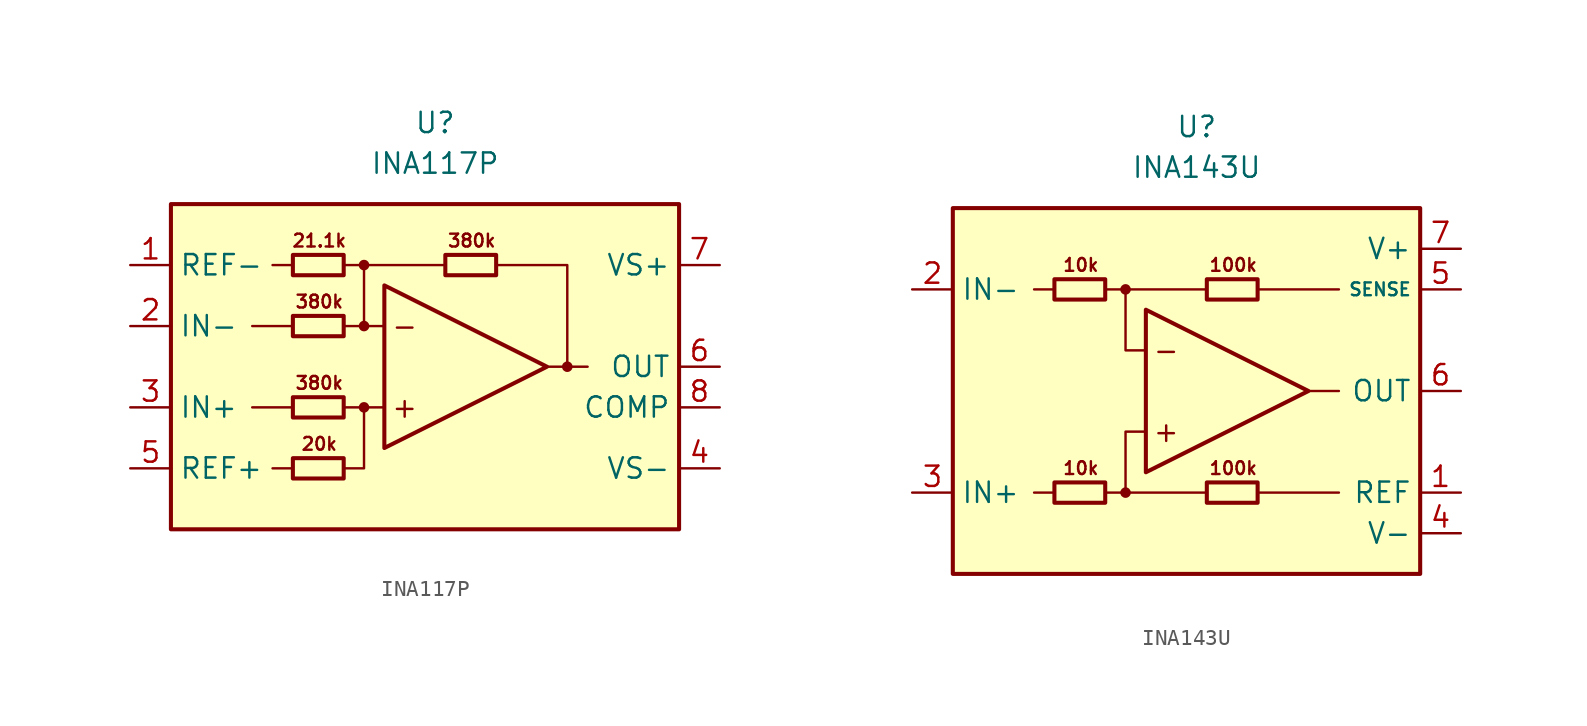
<source format=kicad_sym>
(kicad_symbol_lib
  (version 20211014)
  (generator kicad_symbol_editor)
  (symbol "INA117P"
    (property "Reference" "U"
      (at 0 15.24 0)
      (effects (font (size 1.27 1.27))))
    (property "Value" "INA117P"
      (at 0 12.7 0)
      (effects (font (size 1.27 1.27))))
    (symbol "INA117P_0_0"
      (rectangle (start -16.51 10.16) (end 15.24 -10.16) (stroke (width 0.254) (type default) (color 0 0 0 0)) (fill (type background)))
      (circle (center -4.445 -2.54) (radius 0.254) (stroke (width 0.152) (type default) (color 0 0 0 0)) (fill (type outline)))
      (circle (center -4.445 2.54) (radius 0.254) (stroke (width 0.152) (type default) (color 0 0 0 0)) (fill (type outline)))
      (circle (center -4.445 6.35) (radius 0.254) (stroke (width 0.152) (type default) (color 0 0 0 0)) (fill (type outline)))
      (polyline (pts (xy -8.89 -6.35) (xy -10.16 -6.35)) (stroke (width 0.152) (type default) (color 0 0 0 0)) (fill (type none)))
      (polyline (pts (xy -8.89 -2.54) (xy -11.43 -2.54)) (stroke (width 0.152) (type default) (color 0 0 0 0)) (fill (type none)))
      (polyline (pts (xy -8.89 2.54) (xy -11.43 2.54)) (stroke (width 0.152) (type default) (color 0 0 0 0)) (fill (type none)))
      (polyline (pts (xy -8.89 6.35) (xy -10.16 6.35)) (stroke (width 0.152) (type default) (color 0 0 0 0)) (fill (type none)))
      (polyline (pts (xy -5.715 6.35) (xy 0.635 6.35)) (stroke (width 0.152) (type default) (color 0 0 0 0)) (fill (type none)))
      (polyline (pts (xy -4.445 2.54) (xy -4.445 6.35)) (stroke (width 0.152) (type default) (color 0 0 0 0)) (fill (type none)))
      (polyline (pts (xy -3.175 -2.54) (xy -5.715 -2.54)) (stroke (width 0.152) (type default) (color 0 0 0 0)) (fill (type none)))
      (polyline (pts (xy -3.175 2.54) (xy -5.715 2.54)) (stroke (width 0.152) (type default) (color 0 0 0 0)) (fill (type none)))
      (polyline (pts (xy 8.255 0) (xy 9.525 0)) (stroke (width 0.152) (type default) (color 0 0 0 0)) (fill (type none)))
      (polyline (pts (xy -5.715 -6.35) (xy -4.445 -6.35) (xy -4.445 -2.54)) (stroke (width 0.152) (type default) (color 0 0 0 0)) (fill (type none)))
      (polyline (pts (xy 3.81 6.35) (xy 8.255 6.35) (xy 8.255 0) (xy 6.985 0)) (stroke (width 0.152) (type default) (color 0 0 0 0)) (fill (type none)))
      (circle (center 8.255 0) (radius 0.254) (stroke (width 0.152) (type default) (color 0 0 0 0)) (fill (type outline)))
      (text "+" (at -1.905 -2.54 0) (effects (font (size 1.27 1.27))))
      (text "-" (at -1.905 2.54 0) (effects (font (size 1.27 1.27))))
      (text "20k" (at -7.239 -4.826 0) (effects (font (size 0.8 0.8))))
      (text "21.1k" (at -7.239 7.874 0) (effects (font (size 0.8 0.8))))
      (text "380k" (at -7.239 -1.016 0) (effects (font (size 0.8 0.8))))
      (text "380k" (at -7.239 4.064 0) (effects (font (size 0.8 0.8))))
      (text "380k" (at 2.286 7.874 0) (effects (font (size 0.8 0.8)))))
    (symbol "INA117P_0_1"
      (rectangle (start -8.89 -5.715) (end -5.715 -6.985) (stroke (width 0.254) (type default) (color 0 0 0 0)) (fill (type none)))
      (rectangle (start -8.89 -1.905) (end -5.715 -3.175) (stroke (width 0.254) (type default) (color 0 0 0 0)) (fill (type none)))
      (rectangle (start -8.89 3.175) (end -5.715 1.905) (stroke (width 0.254) (type default) (color 0 0 0 0)) (fill (type none)))
      (rectangle (start -8.89 6.985) (end -5.715 5.715) (stroke (width 0.254) (type default) (color 0 0 0 0)) (fill (type none)))
      (polyline (pts (xy -3.175 5.08) (xy -3.175 -5.08) (xy 6.985 0) (xy -3.175 5.08)) (stroke (width 0.254) (type default) (color 0 0 0 0)) (fill (type none)))
      (rectangle (start 0.635 6.985) (end 3.81 5.715) (stroke (width 0.254) (type default) (color 0 0 0 0)) (fill (type none))))
    (symbol "INA117P_1_1"
      (pin input line (at -19.05 6.35 0) (length 2.54) (name "REF-" (effects (font (size 1.27 1.27)))) (number "1" (effects (font (size 1.27 1.27)))))
      (pin input line (at -19.05 2.54 0) (length 2.54) (name "IN-" (effects (font (size 1.27 1.27)))) (number "2" (effects (font (size 1.27 1.27)))))
      (pin input line (at -19.05 -2.54 0) (length 2.54) (name "IN+" (effects (font (size 1.27 1.27)))) (number "3" (effects (font (size 1.27 1.27)))))
      (pin power_in line (at 17.78 -6.35 180) (length 2.54) (name "VS-" (effects (font (size 1.27 1.27)))) (number "4" (effects (font (size 1.27 1.27)))))
      (pin input line (at -19.05 -6.35 0) (length 2.54) (name "REF+" (effects (font (size 1.27 1.27)))) (number "5" (effects (font (size 1.27 1.27)))))
      (pin output line (at 17.78 0 180) (length 2.54) (name "OUT" (effects (font (size 1.27 1.27)))) (number "6" (effects (font (size 1.27 1.27)))))
      (pin power_in line (at 17.78 6.35 180) (length 2.54) (name "VS+" (effects (font (size 1.27 1.27)))) (number "7" (effects (font (size 1.27 1.27)))))
      (pin passive line (at 17.78 -2.54 180) (length 2.54) (name "COMP" (effects (font (size 1.27 1.27)))) (number "8" (effects (font (size 1.27 1.27)))))))
  (symbol "INA143U"
    (property "Reference" "U"
      (at 0 16.51 0)
      (effects (font (size 1.27 1.27))))
    (property "Value" "INA143U"
      (at 0 13.97 0)
      (effects (font (size 1.27 1.27))))
    (symbol "INA143U_0_0"
      (rectangle (start -15.24 11.43) (end 13.97 -11.43) (stroke (width 0.254) (type default) (color 0 0 0 0)) (fill (type background)))
      (circle (center -4.445 -6.35) (radius 0.254) (stroke (width 0.152) (type default) (color 0 0 0 0)) (fill (type outline)))
      (circle (center -4.445 6.35) (radius 0.254) (stroke (width 0.152) (type default) (color 0 0 0 0)) (fill (type outline)))
      (polyline (pts (xy -8.89 -6.35) (xy -10.16 -6.35)) (stroke (width 0.152) (type default) (color 0 0 0 0)) (fill (type none)))
      (polyline (pts (xy -8.89 6.35) (xy -10.16 6.35)) (stroke (width 0.152) (type default) (color 0 0 0 0)) (fill (type none)))
      (polyline (pts (xy -4.445 6.35) (xy 0.635 6.35)) (stroke (width 0.152) (type default) (color 0 0 0 0)) (fill (type none)))
      (polyline (pts (xy 0.635 -6.35) (xy -4.445 -6.35)) (stroke (width 0.152) (type default) (color 0 0 0 0)) (fill (type none)))
      (polyline (pts (xy 3.81 -6.35) (xy 8.89 -6.35)) (stroke (width 0.152) (type default) (color 0 0 0 0)) (fill (type none)))
      (polyline (pts (xy 3.81 6.35) (xy 8.89 6.35)) (stroke (width 0.152) (type default) (color 0 0 0 0)) (fill (type none)))
      (polyline (pts (xy 8.89 0) (xy 6.985 0)) (stroke (width 0.152) (type default) (color 0 0 0 0)) (fill (type none)))
      (polyline (pts (xy -5.715 -6.35) (xy -4.445 -6.35) (xy -4.445 -2.54) (xy -3.175 -2.54)) (stroke (width 0.152) (type default) (color 0 0 0 0)) (fill (type none)))
      (polyline (pts (xy -3.175 2.54) (xy -4.445 2.54) (xy -4.445 6.35) (xy -5.715 6.35)) (stroke (width 0.152) (type default) (color 0 0 0 0)) (fill (type none)))
      (text "+" (at -1.905 -2.54 0) (effects (font (size 1.27 1.27))))
      (text "-" (at -1.905 2.54 0) (effects (font (size 1.27 1.27))))
      (text "100k" (at 2.286 -4.826 0) (effects (font (size 0.8 0.8))))
      (text "100k" (at 2.286 7.874 0) (effects (font (size 0.8 0.8))))
      (text "10k" (at -7.239 -4.826 0) (effects (font (size 0.8 0.8))))
      (text "10k" (at -7.239 7.874 0) (effects (font (size 0.8 0.8)))))
    (symbol "INA143U_0_1"
      (rectangle (start -8.89 -5.715) (end -5.715 -6.985) (stroke (width 0.254) (type default) (color 0 0 0 0)) (fill (type none)))
      (rectangle (start -8.89 6.985) (end -5.715 5.715) (stroke (width 0.254) (type default) (color 0 0 0 0)) (fill (type none)))
      (polyline (pts (xy -3.175 5.08) (xy -3.175 -5.08) (xy 6.985 0) (xy -3.175 5.08)) (stroke (width 0.254) (type default) (color 0 0 0 0)) (fill (type none)))
      (rectangle (start 0.635 -5.715) (end 3.81 -6.985) (stroke (width 0.254) (type default) (color 0 0 0 0)) (fill (type none)))
      (rectangle (start 0.635 6.985) (end 3.81 5.715) (stroke (width 0.254) (type default) (color 0 0 0 0)) (fill (type none))))
    (symbol "INA143U_1_1"
      (pin input line (at 16.51 -6.35 180) (length 2.54) (name "REF" (effects (font (size 1.27 1.27)))) (number "1" (effects (font (size 1.27 1.27)))))
      (pin input line (at -17.78 6.35 0) (length 2.54) (name "IN-" (effects (font (size 1.27 1.27)))) (number "2" (effects (font (size 1.27 1.27)))))
      (pin input line (at -17.78 -6.35 0) (length 2.54) (name "IN+" (effects (font (size 1.27 1.27)))) (number "3" (effects (font (size 1.27 1.27)))))
      (pin power_in line (at 16.51 -8.89 180) (length 2.54) (name "V-" (effects (font (size 1.27 1.27)))) (number "4" (effects (font (size 1.27 1.27)))))
      (pin input line (at 16.51 6.35 180) (length 2.54) (name "SENSE" (effects (font (size 0.8 0.8)))) (number "5" (effects (font (size 1.27 1.27)))))
      (pin output line (at 16.51 0 180) (length 2.54) (name "OUT" (effects (font (size 1.27 1.27)))) (number "6" (effects (font (size 1.27 1.27)))))
      (pin power_in line (at 16.51 8.89 180) (length 2.54) (name "V+" (effects (font (size 1.27 1.27)))) (number "7" (effects (font (size 1.27 1.27)))))
      (pin no_connect line (at -10.16 0 0) (length 2.54) hide (name "NC" (effects (font (size 1.27 1.27)))) (number "8" (effects (font (size 1.27 1.27))))))))
</source>
